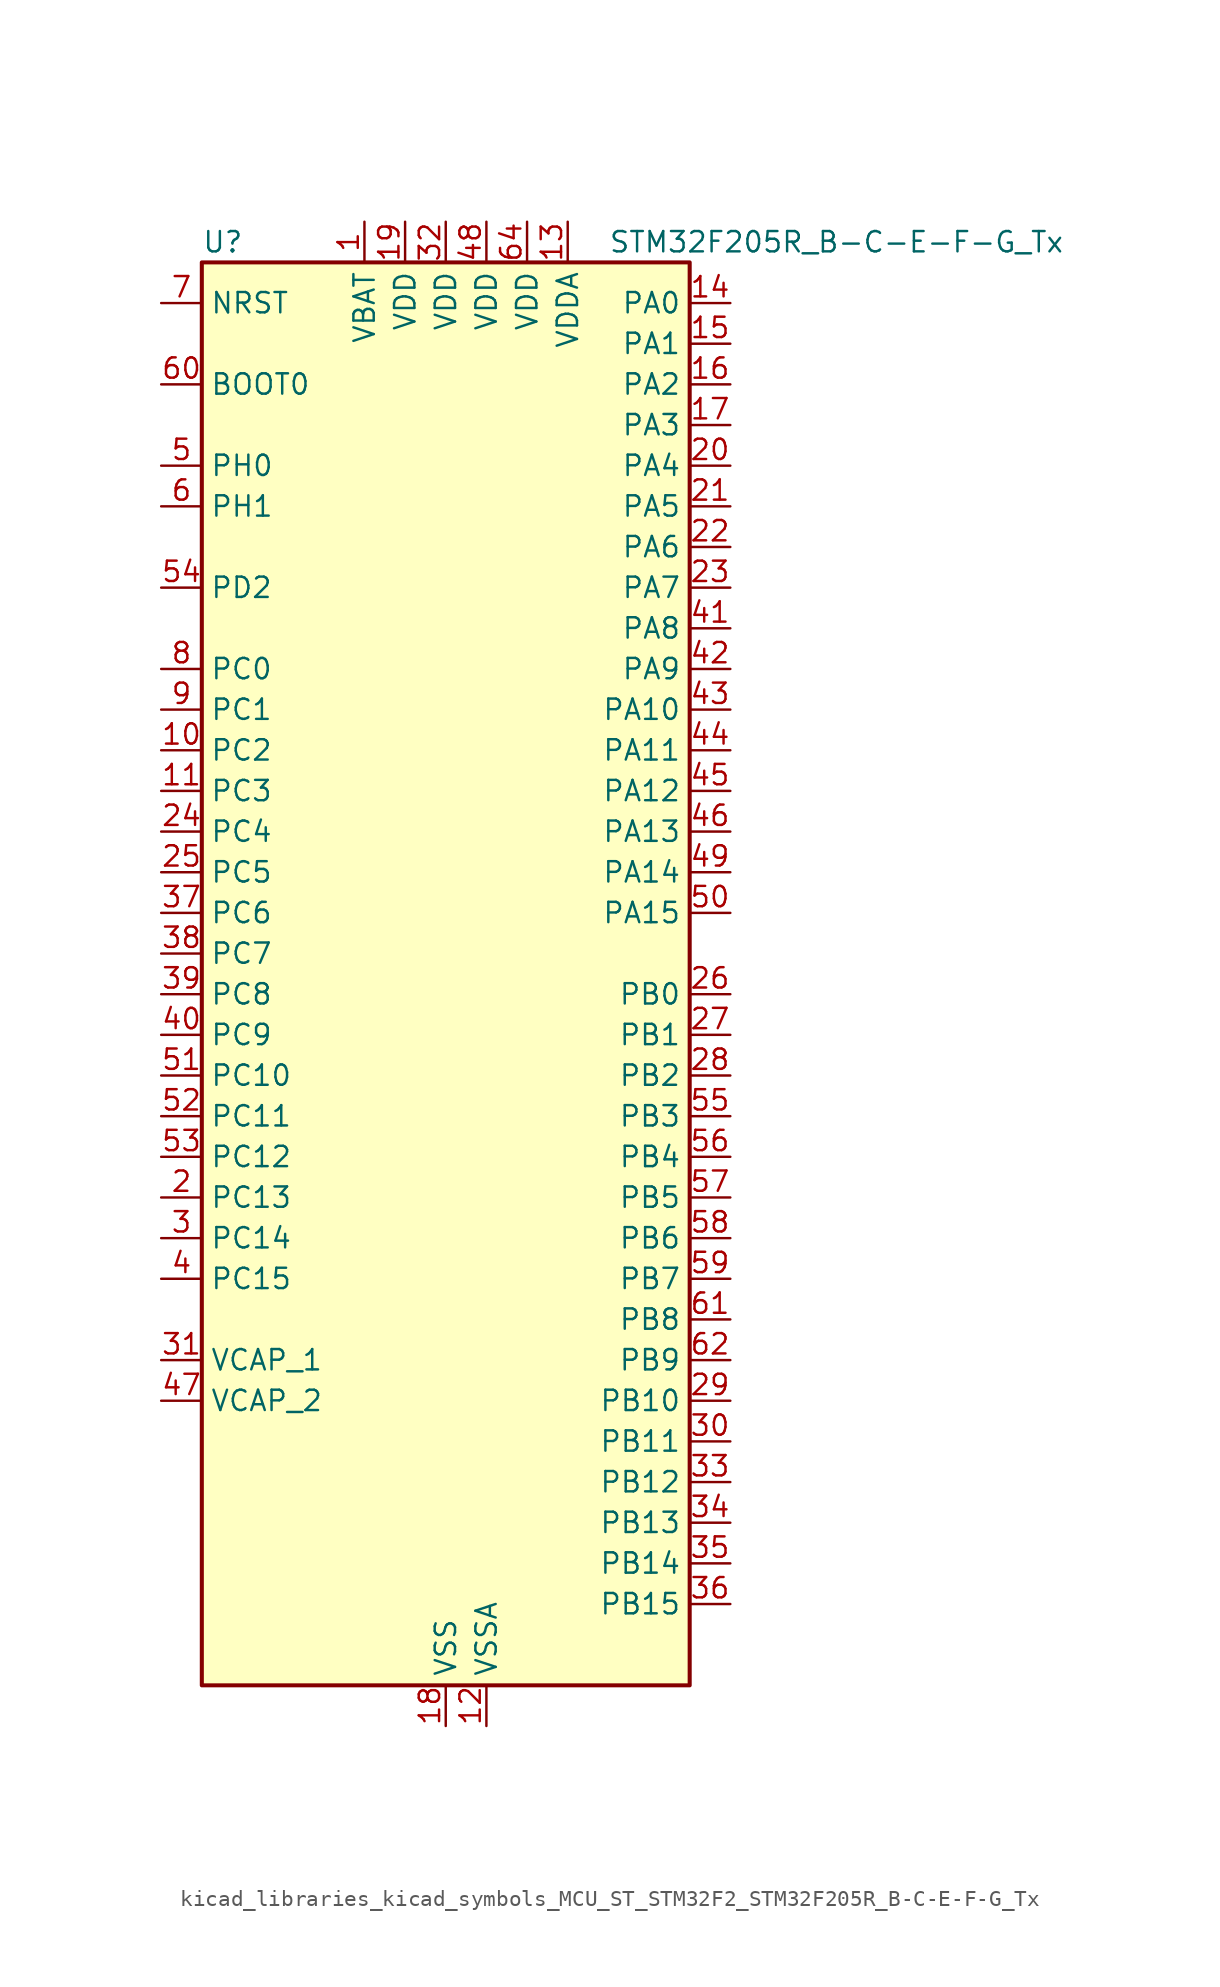
<source format=kicad_sym>
(kicad_symbol_lib
  (version 20220914)
  (generator kicad_symbol_editor)
  (symbol "kicad_libraries_kicad_symbols_MCU_ST_STM32F2_STM32F205R_B-C-E-F-G_Tx"
    (property "Reference" "U"
      (at -15.24 46.99 0)
      (effects (font (size 1.27 1.27)) (justify left)))
    (property "Value" "STM32F205R_B-C-E-F-G_Tx"
      (at 10.16 46.99 0)
      (effects (font (size 1.27 1.27)) (justify left)))
    (property "ki_locked" ""
      (at 0 0 0)
      (effects (font (size 1.27 1.27))))
    (symbol "kicad_libraries_kicad_symbols_MCU_ST_STM32F2_STM32F205R_B-C-E-F-G_Tx_0_1"
      (rectangle (start -15.24 -43.18) (end 15.24 45.72) (stroke (width 0.254) (type default)) (fill (type background))))
    (symbol "kicad_libraries_kicad_symbols_MCU_ST_STM32F2_STM32F205R_B-C-E-F-G_Tx_1_1"
      (pin power_in line (at -5.08 48.26 270) (length 2.54) (name "VBAT" (effects (font (size 1.27 1.27)))) (number "1" (effects (font (size 1.27 1.27)))))
      (pin bidirectional line (at -17.78 15.24 0) (length 2.54) (name "PC2" (effects (font (size 1.27 1.27)))) (number "10" (effects (font (size 1.27 1.27)))) (alternate "ADC1_IN12" bidirectional line) (alternate "ADC2_IN12" bidirectional line) (alternate "ADC3_IN12" bidirectional line) (alternate "SPI2_MISO" bidirectional line) (alternate "USB_OTG_HS_ULPI_DIR" bidirectional line))
      (pin bidirectional line (at -17.78 12.7 0) (length 2.54) (name "PC3" (effects (font (size 1.27 1.27)))) (number "11" (effects (font (size 1.27 1.27)))) (alternate "ADC1_IN13" bidirectional line) (alternate "ADC2_IN13" bidirectional line) (alternate "ADC3_IN13" bidirectional line) (alternate "I2S2_SD" bidirectional line) (alternate "SPI2_MOSI" bidirectional line) (alternate "USB_OTG_HS_ULPI_NXT" bidirectional line))
      (pin power_in line (at 2.54 -45.72 90) (length 2.54) (name "VSSA" (effects (font (size 1.27 1.27)))) (number "12" (effects (font (size 1.27 1.27)))))
      (pin power_in line (at 7.62 48.26 270) (length 2.54) (name "VDDA" (effects (font (size 1.27 1.27)))) (number "13" (effects (font (size 1.27 1.27)))))
      (pin bidirectional line (at 17.78 43.18 180) (length 2.54) (name "PA0" (effects (font (size 1.27 1.27)))) (number "14" (effects (font (size 1.27 1.27)))) (alternate "ADC1_IN0" bidirectional line) (alternate "ADC2_IN0" bidirectional line) (alternate "ADC3_IN0" bidirectional line) (alternate "SYS_WKUP" bidirectional line) (alternate "TIM2_CH1" bidirectional line) (alternate "TIM2_ETR" bidirectional line) (alternate "TIM5_CH1" bidirectional line) (alternate "TIM8_ETR" bidirectional line) (alternate "UART4_TX" bidirectional line) (alternate "USART2_CTS" bidirectional line))
      (pin bidirectional line (at 17.78 40.64 180) (length 2.54) (name "PA1" (effects (font (size 1.27 1.27)))) (number "15" (effects (font (size 1.27 1.27)))) (alternate "ADC1_IN1" bidirectional line) (alternate "ADC2_IN1" bidirectional line) (alternate "ADC3_IN1" bidirectional line) (alternate "TIM2_CH2" bidirectional line) (alternate "TIM5_CH2" bidirectional line) (alternate "UART4_RX" bidirectional line) (alternate "USART2_RTS" bidirectional line))
      (pin bidirectional line (at 17.78 38.1 180) (length 2.54) (name "PA2" (effects (font (size 1.27 1.27)))) (number "16" (effects (font (size 1.27 1.27)))) (alternate "ADC1_IN2" bidirectional line) (alternate "ADC2_IN2" bidirectional line) (alternate "ADC3_IN2" bidirectional line) (alternate "TIM2_CH3" bidirectional line) (alternate "TIM5_CH3" bidirectional line) (alternate "TIM9_CH1" bidirectional line) (alternate "USART2_TX" bidirectional line))
      (pin bidirectional line (at 17.78 35.56 180) (length 2.54) (name "PA3" (effects (font (size 1.27 1.27)))) (number "17" (effects (font (size 1.27 1.27)))) (alternate "ADC1_IN3" bidirectional line) (alternate "ADC2_IN3" bidirectional line) (alternate "ADC3_IN3" bidirectional line) (alternate "TIM2_CH4" bidirectional line) (alternate "TIM5_CH4" bidirectional line) (alternate "TIM9_CH2" bidirectional line) (alternate "USART2_RX" bidirectional line) (alternate "USB_OTG_HS_ULPI_D0" bidirectional line))
      (pin power_in line (at 0 -45.72 90) (length 2.54) (name "VSS" (effects (font (size 1.27 1.27)))) (number "18" (effects (font (size 1.27 1.27)))))
      (pin power_in line (at -2.54 48.26 270) (length 2.54) (name "VDD" (effects (font (size 1.27 1.27)))) (number "19" (effects (font (size 1.27 1.27)))))
      (pin bidirectional line (at -17.78 -12.7 0) (length 2.54) (name "PC13" (effects (font (size 1.27 1.27)))) (number "2" (effects (font (size 1.27 1.27)))) (alternate "RTC_AF1" bidirectional line))
      (pin bidirectional line (at 17.78 33.02 180) (length 2.54) (name "PA4" (effects (font (size 1.27 1.27)))) (number "20" (effects (font (size 1.27 1.27)))) (alternate "ADC1_IN4" bidirectional line) (alternate "ADC2_IN4" bidirectional line) (alternate "DAC_OUT1" bidirectional line) (alternate "I2S3_WS" bidirectional line) (alternate "SPI1_NSS" bidirectional line) (alternate "SPI3_NSS" bidirectional line) (alternate "USART2_CK" bidirectional line) (alternate "USB_OTG_HS_SOF" bidirectional line))
      (pin bidirectional line (at 17.78 30.48 180) (length 2.54) (name "PA5" (effects (font (size 1.27 1.27)))) (number "21" (effects (font (size 1.27 1.27)))) (alternate "ADC1_IN5" bidirectional line) (alternate "ADC2_IN5" bidirectional line) (alternate "DAC_OUT2" bidirectional line) (alternate "SPI1_SCK" bidirectional line) (alternate "TIM2_CH1" bidirectional line) (alternate "TIM2_ETR" bidirectional line) (alternate "TIM8_CH1N" bidirectional line) (alternate "USB_OTG_HS_ULPI_CK" bidirectional line))
      (pin bidirectional line (at 17.78 27.94 180) (length 2.54) (name "PA6" (effects (font (size 1.27 1.27)))) (number "22" (effects (font (size 1.27 1.27)))) (alternate "ADC1_IN6" bidirectional line) (alternate "ADC2_IN6" bidirectional line) (alternate "SPI1_MISO" bidirectional line) (alternate "TIM13_CH1" bidirectional line) (alternate "TIM1_BKIN" bidirectional line) (alternate "TIM3_CH1" bidirectional line) (alternate "TIM8_BKIN" bidirectional line))
      (pin bidirectional line (at 17.78 25.4 180) (length 2.54) (name "PA7" (effects (font (size 1.27 1.27)))) (number "23" (effects (font (size 1.27 1.27)))) (alternate "ADC1_IN7" bidirectional line) (alternate "ADC2_IN7" bidirectional line) (alternate "SPI1_MOSI" bidirectional line) (alternate "TIM14_CH1" bidirectional line) (alternate "TIM1_CH1N" bidirectional line) (alternate "TIM3_CH2" bidirectional line) (alternate "TIM8_CH1N" bidirectional line))
      (pin bidirectional line (at -17.78 10.16 0) (length 2.54) (name "PC4" (effects (font (size 1.27 1.27)))) (number "24" (effects (font (size 1.27 1.27)))) (alternate "ADC1_IN14" bidirectional line) (alternate "ADC2_IN14" bidirectional line))
      (pin bidirectional line (at -17.78 7.62 0) (length 2.54) (name "PC5" (effects (font (size 1.27 1.27)))) (number "25" (effects (font (size 1.27 1.27)))) (alternate "ADC1_IN15" bidirectional line) (alternate "ADC2_IN15" bidirectional line))
      (pin bidirectional line (at 17.78 0 180) (length 2.54) (name "PB0" (effects (font (size 1.27 1.27)))) (number "26" (effects (font (size 1.27 1.27)))) (alternate "ADC1_IN8" bidirectional line) (alternate "ADC2_IN8" bidirectional line) (alternate "TIM1_CH2N" bidirectional line) (alternate "TIM3_CH3" bidirectional line) (alternate "TIM8_CH2N" bidirectional line) (alternate "USB_OTG_HS_ULPI_D1" bidirectional line))
      (pin bidirectional line (at 17.78 -2.54 180) (length 2.54) (name "PB1" (effects (font (size 1.27 1.27)))) (number "27" (effects (font (size 1.27 1.27)))) (alternate "ADC1_IN9" bidirectional line) (alternate "ADC2_IN9" bidirectional line) (alternate "TIM1_CH3N" bidirectional line) (alternate "TIM3_CH4" bidirectional line) (alternate "TIM8_CH3N" bidirectional line) (alternate "USB_OTG_HS_ULPI_D2" bidirectional line))
      (pin bidirectional line (at 17.78 -5.08 180) (length 2.54) (name "PB2" (effects (font (size 1.27 1.27)))) (number "28" (effects (font (size 1.27 1.27)))))
      (pin bidirectional line (at 17.78 -25.4 180) (length 2.54) (name "PB10" (effects (font (size 1.27 1.27)))) (number "29" (effects (font (size 1.27 1.27)))) (alternate "I2C2_SCL" bidirectional line) (alternate "I2S2_SCK" bidirectional line) (alternate "SPI2_SCK" bidirectional line) (alternate "TIM2_CH3" bidirectional line) (alternate "USART3_TX" bidirectional line) (alternate "USB_OTG_HS_ULPI_D3" bidirectional line))
      (pin bidirectional line (at -17.78 -15.24 0) (length 2.54) (name "PC14" (effects (font (size 1.27 1.27)))) (number "3" (effects (font (size 1.27 1.27)))) (alternate "RCC_OSC32_IN" bidirectional line))
      (pin bidirectional line (at 17.78 -27.94 180) (length 2.54) (name "PB11" (effects (font (size 1.27 1.27)))) (number "30" (effects (font (size 1.27 1.27)))) (alternate "ADC1_EXTI11" bidirectional line) (alternate "ADC2_EXTI11" bidirectional line) (alternate "ADC3_EXTI11" bidirectional line) (alternate "I2C2_SDA" bidirectional line) (alternate "TIM2_CH4" bidirectional line) (alternate "USART3_RX" bidirectional line) (alternate "USB_OTG_HS_ULPI_D4" bidirectional line))
      (pin power_out line (at -17.78 -22.86 0) (length 2.54) (name "VCAP_1" (effects (font (size 1.27 1.27)))) (number "31" (effects (font (size 1.27 1.27)))))
      (pin power_in line (at 0 48.26 270) (length 2.54) (name "VDD" (effects (font (size 1.27 1.27)))) (number "32" (effects (font (size 1.27 1.27)))))
      (pin bidirectional line (at 17.78 -30.48 180) (length 2.54) (name "PB12" (effects (font (size 1.27 1.27)))) (number "33" (effects (font (size 1.27 1.27)))) (alternate "CAN2_RX" bidirectional line) (alternate "I2C2_SMBA" bidirectional line) (alternate "I2S2_WS" bidirectional line) (alternate "SPI2_NSS" bidirectional line) (alternate "TIM1_BKIN" bidirectional line) (alternate "USART3_CK" bidirectional line) (alternate "USB_OTG_HS_ID" bidirectional line) (alternate "USB_OTG_HS_ULPI_D5" bidirectional line))
      (pin bidirectional line (at 17.78 -33.02 180) (length 2.54) (name "PB13" (effects (font (size 1.27 1.27)))) (number "34" (effects (font (size 1.27 1.27)))) (alternate "CAN2_TX" bidirectional line) (alternate "I2S2_SCK" bidirectional line) (alternate "SPI2_SCK" bidirectional line) (alternate "TIM1_CH1N" bidirectional line) (alternate "USART3_CTS" bidirectional line) (alternate "USB_OTG_HS_ULPI_D6" bidirectional line) (alternate "USB_OTG_HS_VBUS" bidirectional line))
      (pin bidirectional line (at 17.78 -35.56 180) (length 2.54) (name "PB14" (effects (font (size 1.27 1.27)))) (number "35" (effects (font (size 1.27 1.27)))) (alternate "SPI2_MISO" bidirectional line) (alternate "TIM12_CH1" bidirectional line) (alternate "TIM1_CH2N" bidirectional line) (alternate "TIM8_CH2N" bidirectional line) (alternate "USART3_RTS" bidirectional line) (alternate "USB_OTG_HS_DM" bidirectional line))
      (pin bidirectional line (at 17.78 -38.1 180) (length 2.54) (name "PB15" (effects (font (size 1.27 1.27)))) (number "36" (effects (font (size 1.27 1.27)))) (alternate "ADC1_EXTI15" bidirectional line) (alternate "ADC2_EXTI15" bidirectional line) (alternate "ADC3_EXTI15" bidirectional line) (alternate "I2S2_SD" bidirectional line) (alternate "RTC_REFIN" bidirectional line) (alternate "SPI2_MOSI" bidirectional line) (alternate "TIM12_CH2" bidirectional line) (alternate "TIM1_CH3N" bidirectional line) (alternate "TIM8_CH3N" bidirectional line) (alternate "USB_OTG_HS_DP" bidirectional line))
      (pin bidirectional line (at -17.78 5.08 0) (length 2.54) (name "PC6" (effects (font (size 1.27 1.27)))) (number "37" (effects (font (size 1.27 1.27)))) (alternate "I2S2_MCK" bidirectional line) (alternate "SDIO_D6" bidirectional line) (alternate "TIM3_CH1" bidirectional line) (alternate "TIM8_CH1" bidirectional line) (alternate "USART6_TX" bidirectional line))
      (pin bidirectional line (at -17.78 2.54 0) (length 2.54) (name "PC7" (effects (font (size 1.27 1.27)))) (number "38" (effects (font (size 1.27 1.27)))) (alternate "I2S3_MCK" bidirectional line) (alternate "SDIO_D7" bidirectional line) (alternate "TIM3_CH2" bidirectional line) (alternate "TIM8_CH2" bidirectional line) (alternate "USART6_RX" bidirectional line))
      (pin bidirectional line (at -17.78 0 0) (length 2.54) (name "PC8" (effects (font (size 1.27 1.27)))) (number "39" (effects (font (size 1.27 1.27)))) (alternate "SDIO_D0" bidirectional line) (alternate "TIM3_CH3" bidirectional line) (alternate "TIM8_CH3" bidirectional line) (alternate "USART6_CK" bidirectional line))
      (pin bidirectional line (at -17.78 -17.78 0) (length 2.54) (name "PC15" (effects (font (size 1.27 1.27)))) (number "4" (effects (font (size 1.27 1.27)))) (alternate "ADC1_EXTI15" bidirectional line) (alternate "ADC2_EXTI15" bidirectional line) (alternate "ADC3_EXTI15" bidirectional line) (alternate "RCC_OSC32_OUT" bidirectional line))
      (pin bidirectional line (at -17.78 -2.54 0) (length 2.54) (name "PC9" (effects (font (size 1.27 1.27)))) (number "40" (effects (font (size 1.27 1.27)))) (alternate "DAC_EXTI9" bidirectional line) (alternate "I2C3_SDA" bidirectional line) (alternate "I2S_CKIN" bidirectional line) (alternate "RCC_MCO_2" bidirectional line) (alternate "SDIO_D1" bidirectional line) (alternate "TIM3_CH4" bidirectional line) (alternate "TIM8_CH4" bidirectional line))
      (pin bidirectional line (at 17.78 22.86 180) (length 2.54) (name "PA8" (effects (font (size 1.27 1.27)))) (number "41" (effects (font (size 1.27 1.27)))) (alternate "I2C3_SCL" bidirectional line) (alternate "RCC_MCO_1" bidirectional line) (alternate "TIM1_CH1" bidirectional line) (alternate "USART1_CK" bidirectional line) (alternate "USB_OTG_FS_SOF" bidirectional line))
      (pin bidirectional line (at 17.78 20.32 180) (length 2.54) (name "PA9" (effects (font (size 1.27 1.27)))) (number "42" (effects (font (size 1.27 1.27)))) (alternate "DAC_EXTI9" bidirectional line) (alternate "I2C3_SMBA" bidirectional line) (alternate "TIM1_CH2" bidirectional line) (alternate "USART1_TX" bidirectional line) (alternate "USB_OTG_FS_VBUS" bidirectional line))
      (pin bidirectional line (at 17.78 17.78 180) (length 2.54) (name "PA10" (effects (font (size 1.27 1.27)))) (number "43" (effects (font (size 1.27 1.27)))) (alternate "TIM1_CH3" bidirectional line) (alternate "USART1_RX" bidirectional line) (alternate "USB_OTG_FS_ID" bidirectional line))
      (pin bidirectional line (at 17.78 15.24 180) (length 2.54) (name "PA11" (effects (font (size 1.27 1.27)))) (number "44" (effects (font (size 1.27 1.27)))) (alternate "ADC1_EXTI11" bidirectional line) (alternate "ADC2_EXTI11" bidirectional line) (alternate "ADC3_EXTI11" bidirectional line) (alternate "CAN1_RX" bidirectional line) (alternate "TIM1_CH4" bidirectional line) (alternate "USART1_CTS" bidirectional line) (alternate "USB_OTG_FS_DM" bidirectional line))
      (pin bidirectional line (at 17.78 12.7 180) (length 2.54) (name "PA12" (effects (font (size 1.27 1.27)))) (number "45" (effects (font (size 1.27 1.27)))) (alternate "CAN1_TX" bidirectional line) (alternate "TIM1_ETR" bidirectional line) (alternate "USART1_RTS" bidirectional line) (alternate "USB_OTG_FS_DP" bidirectional line))
      (pin bidirectional line (at 17.78 10.16 180) (length 2.54) (name "PA13" (effects (font (size 1.27 1.27)))) (number "46" (effects (font (size 1.27 1.27)))) (alternate "SYS_JTMS-SWDIO" bidirectional line))
      (pin power_out line (at -17.78 -25.4 0) (length 2.54) (name "VCAP_2" (effects (font (size 1.27 1.27)))) (number "47" (effects (font (size 1.27 1.27)))))
      (pin power_in line (at 2.54 48.26 270) (length 2.54) (name "VDD" (effects (font (size 1.27 1.27)))) (number "48" (effects (font (size 1.27 1.27)))))
      (pin bidirectional line (at 17.78 7.62 180) (length 2.54) (name "PA14" (effects (font (size 1.27 1.27)))) (number "49" (effects (font (size 1.27 1.27)))) (alternate "SYS_JTCK-SWCLK" bidirectional line))
      (pin bidirectional line (at -17.78 33.02 0) (length 2.54) (name "PH0" (effects (font (size 1.27 1.27)))) (number "5" (effects (font (size 1.27 1.27)))) (alternate "RCC_OSC_IN" bidirectional line))
      (pin bidirectional line (at 17.78 5.08 180) (length 2.54) (name "PA15" (effects (font (size 1.27 1.27)))) (number "50" (effects (font (size 1.27 1.27)))) (alternate "ADC1_EXTI15" bidirectional line) (alternate "ADC2_EXTI15" bidirectional line) (alternate "ADC3_EXTI15" bidirectional line) (alternate "I2S3_WS" bidirectional line) (alternate "SPI1_NSS" bidirectional line) (alternate "SPI3_NSS" bidirectional line) (alternate "SYS_JTDI" bidirectional line) (alternate "TIM2_CH1" bidirectional line) (alternate "TIM2_ETR" bidirectional line))
      (pin bidirectional line (at -17.78 -5.08 0) (length 2.54) (name "PC10" (effects (font (size 1.27 1.27)))) (number "51" (effects (font (size 1.27 1.27)))) (alternate "I2S3_SCK" bidirectional line) (alternate "SDIO_D2" bidirectional line) (alternate "SPI3_SCK" bidirectional line) (alternate "UART4_TX" bidirectional line) (alternate "USART3_TX" bidirectional line))
      (pin bidirectional line (at -17.78 -7.62 0) (length 2.54) (name "PC11" (effects (font (size 1.27 1.27)))) (number "52" (effects (font (size 1.27 1.27)))) (alternate "ADC1_EXTI11" bidirectional line) (alternate "ADC2_EXTI11" bidirectional line) (alternate "ADC3_EXTI11" bidirectional line) (alternate "SDIO_D3" bidirectional line) (alternate "SPI3_MISO" bidirectional line) (alternate "UART4_RX" bidirectional line) (alternate "USART3_RX" bidirectional line))
      (pin bidirectional line (at -17.78 -10.16 0) (length 2.54) (name "PC12" (effects (font (size 1.27 1.27)))) (number "53" (effects (font (size 1.27 1.27)))) (alternate "I2S3_SD" bidirectional line) (alternate "SDIO_CK" bidirectional line) (alternate "SPI3_MOSI" bidirectional line) (alternate "UART5_TX" bidirectional line) (alternate "USART3_CK" bidirectional line))
      (pin bidirectional line (at -17.78 25.4 0) (length 2.54) (name "PD2" (effects (font (size 1.27 1.27)))) (number "54" (effects (font (size 1.27 1.27)))) (alternate "SDIO_CMD" bidirectional line) (alternate "TIM3_ETR" bidirectional line) (alternate "UART5_RX" bidirectional line))
      (pin bidirectional line (at 17.78 -7.62 180) (length 2.54) (name "PB3" (effects (font (size 1.27 1.27)))) (number "55" (effects (font (size 1.27 1.27)))) (alternate "I2S3_SCK" bidirectional line) (alternate "SPI1_SCK" bidirectional line) (alternate "SPI3_SCK" bidirectional line) (alternate "SYS_JTDO-SWO" bidirectional line) (alternate "TIM2_CH2" bidirectional line))
      (pin bidirectional line (at 17.78 -10.16 180) (length 2.54) (name "PB4" (effects (font (size 1.27 1.27)))) (number "56" (effects (font (size 1.27 1.27)))) (alternate "SPI1_MISO" bidirectional line) (alternate "SPI3_MISO" bidirectional line) (alternate "SYS_JTRST" bidirectional line) (alternate "TIM3_CH1" bidirectional line))
      (pin bidirectional line (at 17.78 -12.7 180) (length 2.54) (name "PB5" (effects (font (size 1.27 1.27)))) (number "57" (effects (font (size 1.27 1.27)))) (alternate "CAN2_RX" bidirectional line) (alternate "I2C1_SMBA" bidirectional line) (alternate "I2S3_SD" bidirectional line) (alternate "SPI1_MOSI" bidirectional line) (alternate "SPI3_MOSI" bidirectional line) (alternate "TIM3_CH2" bidirectional line) (alternate "USB_OTG_HS_ULPI_D7" bidirectional line))
      (pin bidirectional line (at 17.78 -15.24 180) (length 2.54) (name "PB6" (effects (font (size 1.27 1.27)))) (number "58" (effects (font (size 1.27 1.27)))) (alternate "CAN2_TX" bidirectional line) (alternate "I2C1_SCL" bidirectional line) (alternate "TIM4_CH1" bidirectional line) (alternate "USART1_TX" bidirectional line))
      (pin bidirectional line (at 17.78 -17.78 180) (length 2.54) (name "PB7" (effects (font (size 1.27 1.27)))) (number "59" (effects (font (size 1.27 1.27)))) (alternate "I2C1_SDA" bidirectional line) (alternate "TIM4_CH2" bidirectional line) (alternate "USART1_RX" bidirectional line))
      (pin bidirectional line (at -17.78 30.48 0) (length 2.54) (name "PH1" (effects (font (size 1.27 1.27)))) (number "6" (effects (font (size 1.27 1.27)))) (alternate "RCC_OSC_OUT" bidirectional line))
      (pin input line (at -17.78 38.1 0) (length 2.54) (name "BOOT0" (effects (font (size 1.27 1.27)))) (number "60" (effects (font (size 1.27 1.27)))))
      (pin bidirectional line (at 17.78 -20.32 180) (length 2.54) (name "PB8" (effects (font (size 1.27 1.27)))) (number "61" (effects (font (size 1.27 1.27)))) (alternate "CAN1_RX" bidirectional line) (alternate "I2C1_SCL" bidirectional line) (alternate "SDIO_D4" bidirectional line) (alternate "TIM10_CH1" bidirectional line) (alternate "TIM4_CH3" bidirectional line))
      (pin bidirectional line (at 17.78 -22.86 180) (length 2.54) (name "PB9" (effects (font (size 1.27 1.27)))) (number "62" (effects (font (size 1.27 1.27)))) (alternate "CAN1_TX" bidirectional line) (alternate "DAC_EXTI9" bidirectional line) (alternate "I2C1_SDA" bidirectional line) (alternate "I2S2_WS" bidirectional line) (alternate "SDIO_D5" bidirectional line) (alternate "SPI2_NSS" bidirectional line) (alternate "TIM11_CH1" bidirectional line) (alternate "TIM4_CH4" bidirectional line))
      (pin passive line (at 0 -45.72 90) (length 2.54) hide (name "VSS" (effects (font (size 1.27 1.27)))) (number "63" (effects (font (size 1.27 1.27)))))
      (pin power_in line (at 5.08 48.26 270) (length 2.54) (name "VDD" (effects (font (size 1.27 1.27)))) (number "64" (effects (font (size 1.27 1.27)))))
      (pin input line (at -17.78 43.18 0) (length 2.54) (name "NRST" (effects (font (size 1.27 1.27)))) (number "7" (effects (font (size 1.27 1.27)))))
      (pin bidirectional line (at -17.78 20.32 0) (length 2.54) (name "PC0" (effects (font (size 1.27 1.27)))) (number "8" (effects (font (size 1.27 1.27)))) (alternate "ADC1_IN10" bidirectional line) (alternate "ADC2_IN10" bidirectional line) (alternate "ADC3_IN10" bidirectional line) (alternate "USB_OTG_HS_ULPI_STP" bidirectional line))
      (pin bidirectional line (at -17.78 17.78 0) (length 2.54) (name "PC1" (effects (font (size 1.27 1.27)))) (number "9" (effects (font (size 1.27 1.27)))) (alternate "ADC1_IN11" bidirectional line) (alternate "ADC2_IN11" bidirectional line) (alternate "ADC3_IN11" bidirectional line)))))
</source>
